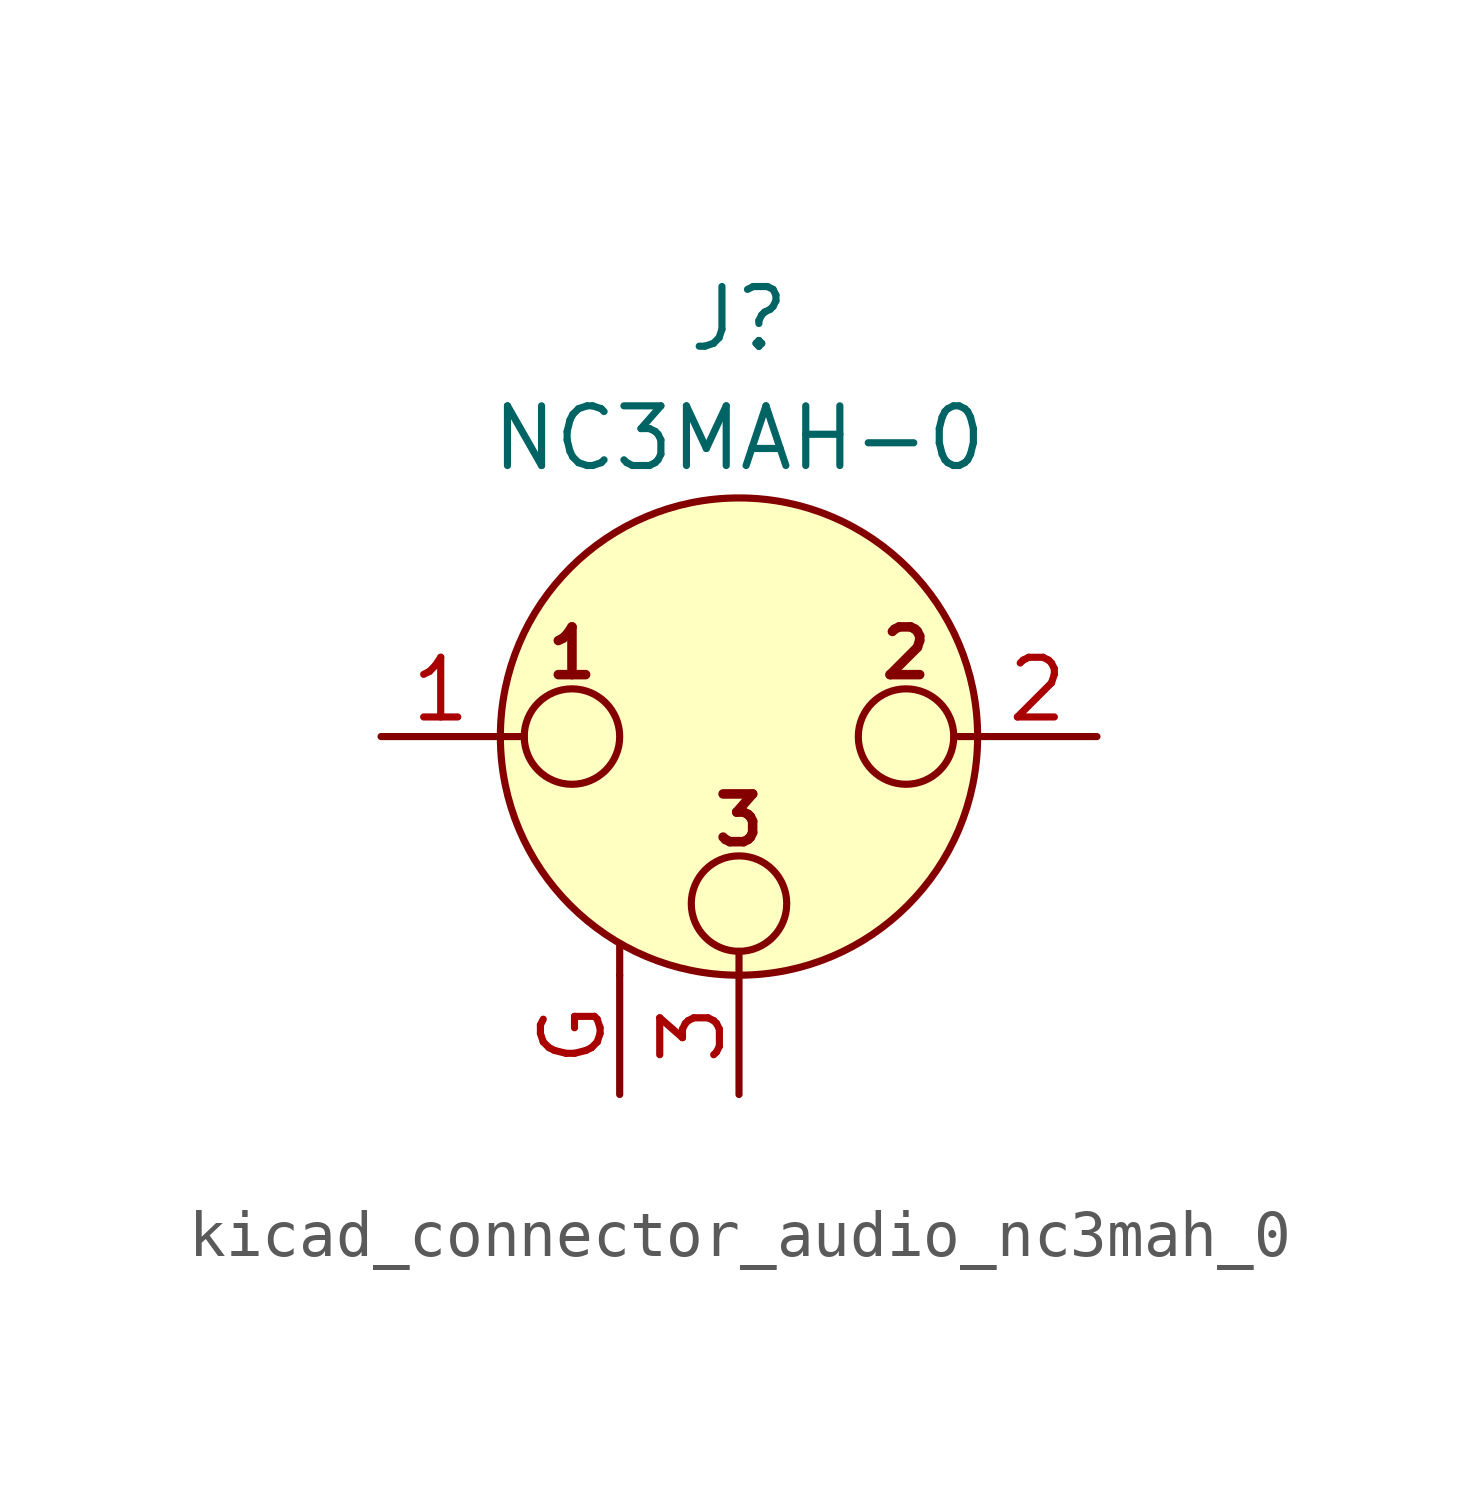
<source format=kicad_sym>
(kicad_symbol_lib
  (version 20220914)
  (generator kicad_symbol_editor)
  (symbol "kicad_connector_audio_nc3mah_0"
    (pin_names hide)
    (property "Reference" "J"
      (at 0 8.89 0)
      (effects (font (size 1.27 1.27))))
    (property "Value" "NC3MAH-0"
      (at 0 6.35 0)
      (effects (font (size 1.27 1.27))))
    (symbol "kicad_connector_audio_nc3mah_0_0_1"
      (circle (center -3.556 0) (radius 1.016) (stroke (width 0) (type default)) (fill (type none)))
      (circle (center 0 -3.556) (radius 1.016) (stroke (width 0) (type default)) (fill (type none)))
      (polyline (pts (xy -5.08 0) (xy -4.572 0)) (stroke (width 0) (type default)) (fill (type none)))
      (polyline (pts (xy -2.54 -5.08) (xy -2.54 -4.445)) (stroke (width 0) (type default)) (fill (type none)))
      (polyline (pts (xy 0 -5.08) (xy 0 -4.572)) (stroke (width 0) (type default)) (fill (type none)))
      (polyline (pts (xy 5.08 0) (xy 4.572 0)) (stroke (width 0) (type default)) (fill (type none)))
      (circle (center 0 0) (radius 5.08) (stroke (width 0) (type default)) (fill (type background)))
      (circle (center 3.556 0) (radius 1.016) (stroke (width 0) (type default)) (fill (type none)))
      (text "1" (at -3.556 1.778 0) (effects (font (size 1.016 1.016) bold)))
      (text "2" (at 3.556 1.778 0) (effects (font (size 1.016 1.016) bold)))
      (text "3" (at 0 -1.778 0) (effects (font (size 1.016 1.016) bold)))
      (pin passive line (at -7.62 0 0) (length 2.54) (name "~" (effects (font (size 1.27 1.27)))) (number "1" (effects (font (size 1.27 1.27)))))
      (pin passive line (at 7.62 0 180) (length 2.54) (name "~" (effects (font (size 1.27 1.27)))) (number "2" (effects (font (size 1.27 1.27)))))
      (pin passive line (at 0 -7.62 90) (length 2.54) (name "~" (effects (font (size 1.27 1.27)))) (number "3" (effects (font (size 1.27 1.27))))))
    (symbol "kicad_connector_audio_nc3mah_0_1_1"
      (pin passive line (at -2.54 -7.62 90) (length 2.54) (name "~" (effects (font (size 1.27 1.27)))) (number "G" (effects (font (size 1.27 1.27))))))))
</source>
